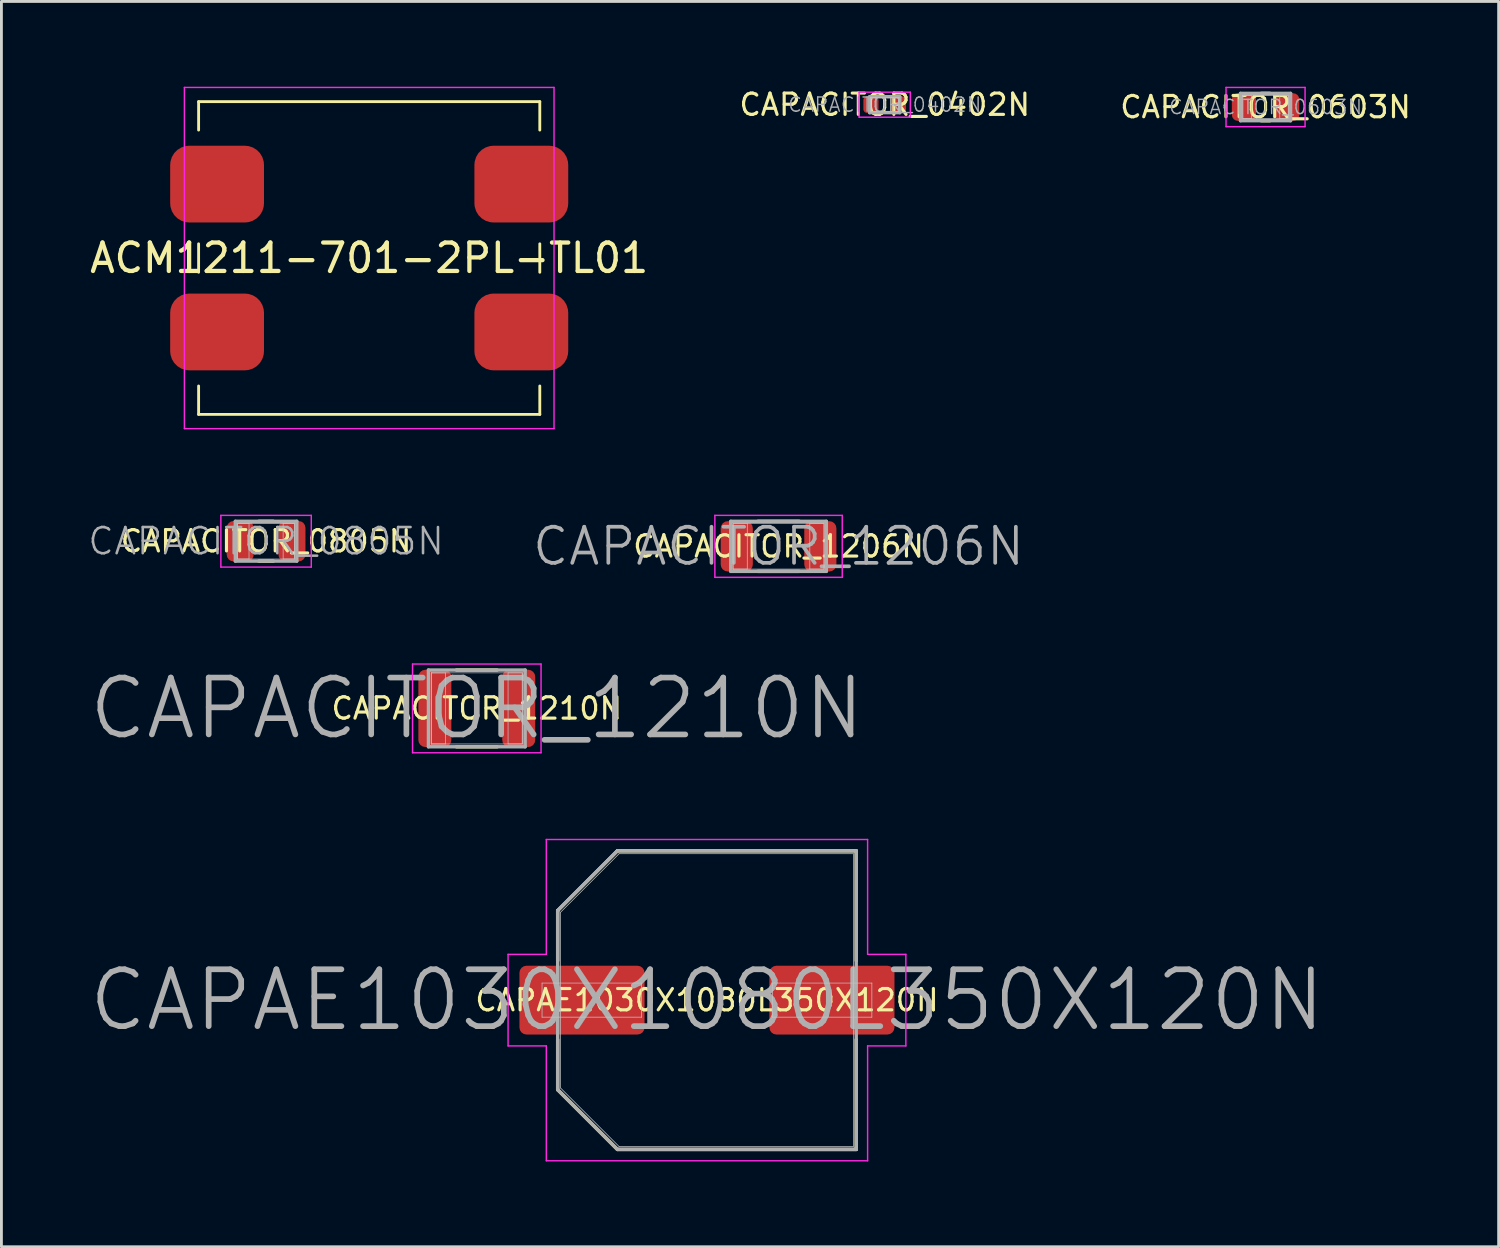
<source format=kicad_pcb>
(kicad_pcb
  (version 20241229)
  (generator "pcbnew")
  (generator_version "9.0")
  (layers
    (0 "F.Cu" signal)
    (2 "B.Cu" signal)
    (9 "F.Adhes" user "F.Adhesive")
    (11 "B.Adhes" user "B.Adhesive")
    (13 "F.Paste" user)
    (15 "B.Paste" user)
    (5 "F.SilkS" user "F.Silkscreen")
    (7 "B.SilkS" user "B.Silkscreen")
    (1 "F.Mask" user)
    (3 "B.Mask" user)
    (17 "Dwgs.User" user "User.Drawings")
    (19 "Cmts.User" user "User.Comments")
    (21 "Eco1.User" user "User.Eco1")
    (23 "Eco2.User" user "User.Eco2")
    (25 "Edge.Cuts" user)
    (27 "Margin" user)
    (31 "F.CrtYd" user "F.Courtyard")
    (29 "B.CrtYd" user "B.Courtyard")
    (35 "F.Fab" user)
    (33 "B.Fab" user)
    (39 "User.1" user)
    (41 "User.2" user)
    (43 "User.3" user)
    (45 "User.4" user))
  (footprint "CAPACITOR_1206N"
    (layer "F.Cu")
    (at 24.332 16.165)
    (property "Reference" "CAPACITOR_1206N" (at 0 0 0) (layer "F.SilkS") (effects (font (size 0.75 0.75) (thickness 0.11))))
    (attr smd)
    (fp_line (start -0.725 -0.88) (end 0.725 -0.88) (stroke (width 0.12) (type solid)) (layer "F.SilkS"))
    (fp_line (start -0.725 0.88) (end 0.725 0.88) (stroke (width 0.12) (type solid)) (layer "F.SilkS"))
    (fp_line (start -1.6 -0.8) (end -1.1 -0.8) (stroke (width 0.025) (type solid)) (layer "Dwgs.User"))
    (fp_line (start -1.6 -0.8) (end 1.6 -0.8) (stroke (width 0.025) (type solid)) (layer "Dwgs.User"))
    (fp_line (start -1.6 0.8) (end -1.6 -0.8) (stroke (width 0.025) (type solid)) (layer "Dwgs.User"))
    (fp_line (start -1.6 0.8) (end -1.6 -0.8) (stroke (width 0.025) (type solid)) (layer "Dwgs.User"))
    (fp_line (start -1.1 -0.8) (end -1.1 0.8) (stroke (width 0.025) (type solid)) (layer "Dwgs.User"))
    (fp_line (start -1.1 0.8) (end -1.6 0.8) (stroke (width 0.025) (type solid)) (layer "Dwgs.User"))
    (fp_line (start 1.1 -0.8) (end 1.6 -0.8) (stroke (width 0.025) (type solid)) (layer "Dwgs.User"))
    (fp_line (start 1.1 0.8) (end 1.1 -0.8) (stroke (width 0.025) (type solid)) (layer "Dwgs.User"))
    (fp_line (start 1.6 -0.8) (end 1.6 0.8) (stroke (width 0.025) (type solid)) (layer "Dwgs.User"))
    (fp_line (start 1.6 -0.8) (end 1.6 0.8) (stroke (width 0.025) (type solid)) (layer "Dwgs.User"))
    (fp_line (start 1.6 0.8) (end -1.6 0.8) (stroke (width 0.025) (type solid)) (layer "Dwgs.User"))
    (fp_line (start 1.6 0.8) (end 1.1 0.8) (stroke (width 0.025) (type solid)) (layer "Dwgs.User"))
    (fp_line (start -2.24 -1.09) (end 2.24 -1.09) (stroke (width 0.05) (type solid)) (layer "F.CrtYd"))
    (fp_line (start -2.24 1.09) (end -2.24 -1.09) (stroke (width 0.05) (type solid)) (layer "F.CrtYd"))
    (fp_line (start 2.24 -1.09) (end 2.24 1.09) (stroke (width 0.05) (type solid)) (layer "F.CrtYd"))
    (fp_line (start 2.24 1.09) (end -2.24 1.09) (stroke (width 0.05) (type solid)) (layer "F.CrtYd"))
    (fp_line (start -1.68 -0.88) (end 1.68 -0.88) (stroke (width 0.12) (type solid)) (layer "F.Fab"))
    (fp_line (start -1.68 0.88) (end -1.68 -0.88) (stroke (width 0.12) (type solid)) (layer "F.Fab"))
    (fp_line (start 1.68 -0.88) (end 1.68 0.88) (stroke (width 0.12) (type solid)) (layer "F.Fab"))
    (fp_line (start 1.68 0.88) (end -1.68 0.88) (stroke (width 0.12) (type solid)) (layer "F.Fab"))
    (fp_text user "${REFERENCE}" (at 0 0 0) (layer "F.Fab") (effects (font (size 1.27 1.27) (thickness 0.13))))
    (pad "1" smd roundrect (at -1.47 0) (size 1.13 1.77) (layers "F.Cu" "F.Mask" "F.Paste") (roundrect_rratio 0.221))
    (pad "2" smd roundrect (at 1.47 0) (size 1.13 1.77) (layers "F.Cu" "F.Mask" "F.Paste") (roundrect_rratio 0.221)))
  (footprint "ACM1211-701-2PL-TL01"
    (layer "F.Cu")
    (at 9.935 6.025)
    (property "Reference" "ACM1211-701-2PL-TL01" (at 0 0 0) (layer "F.SilkS") (effects (font (size 1 1) (thickness 0.15))))
    (attr through_hole)
    (fp_line (start -6 -5.5) (end -6 -4.5) (stroke (width 0.1) (type solid)) (layer "F.SilkS"))
    (fp_line (start -6 -5.5) (end 6 -5.5) (stroke (width 0.1) (type solid)) (layer "F.SilkS"))
    (fp_line (start -6 0.5) (end -6 -0.5) (stroke (width 0.1) (type solid)) (layer "F.SilkS"))
    (fp_line (start -6 4.5) (end -6 5.5) (stroke (width 0.1) (type solid)) (layer "F.SilkS"))
    (fp_line (start -6 5.5) (end 6 5.5) (stroke (width 0.1) (type solid)) (layer "F.SilkS"))
    (fp_line (start 6 -4.5) (end 6 -5.5) (stroke (width 0.1) (type solid)) (layer "F.SilkS"))
    (fp_line (start 6 0.5) (end 6 -0.5) (stroke (width 0.1) (type solid)) (layer "F.SilkS"))
    (fp_line (start 6 4.5) (end 6 5.5) (stroke (width 0.1) (type solid)) (layer "F.SilkS"))
    (fp_line (start -6.5 -6) (end -6.5 6) (stroke (width 0.05) (type solid)) (layer "F.CrtYd"))
    (fp_line (start -6.5 6) (end 6.5 6) (stroke (width 0.05) (type solid)) (layer "F.CrtYd"))
    (fp_line (start 6.5 -6) (end -6.5 -6) (stroke (width 0.05) (type solid)) (layer "F.CrtYd"))
    (fp_line (start 6.5 6) (end 6.5 -6) (stroke (width 0.05) (type solid)) (layer "F.CrtYd"))
    (pad "1" smd roundrect (at -5.35 -2.6) (size 3.3 2.7) (layers "F.Cu" "F.Mask" "F.Paste") (roundrect_rratio 0.25))
    (pad "2" smd roundrect (at -5.35 2.6) (size 3.3 2.7) (layers "F.Cu" "F.Mask" "F.Paste") (roundrect_rratio 0.25))
    (pad "3" smd roundrect (at 5.35 2.6) (size 3.3 2.7) (layers "F.Cu" "F.Mask" "F.Paste") (roundrect_rratio 0.25))
    (pad "4" smd roundrect (at 5.35 -2.6) (size 3.3 2.7) (layers "F.Cu" "F.Mask" "F.Paste") (roundrect_rratio 0.25)))
  (footprint "CAPACITOR_0805N"
    (layer "F.Cu")
    (at 6.308 15.985)
    (property "Reference" "CAPACITOR_0805N" (at 0 0 0) (layer "F.SilkS") (effects (font (size 0.75 0.75) (thickness 0.11))))
    (attr smd)
    (fp_line (start -0.255 -0.7) (end 0.255 -0.7) (stroke (width 0.12) (type solid)) (layer "F.SilkS"))
    (fp_line (start -0.255 0.7) (end 0.255 0.7) (stroke (width 0.12) (type solid)) (layer "F.SilkS"))
    (fp_line (start -1 -0.625) (end -0.6 -0.625) (stroke (width 0.025) (type solid)) (layer "Dwgs.User"))
    (fp_line (start -1 -0.625) (end 1 -0.625) (stroke (width 0.025) (type solid)) (layer "Dwgs.User"))
    (fp_line (start -1 0.625) (end -1 -0.625) (stroke (width 0.025) (type solid)) (layer "Dwgs.User"))
    (fp_line (start -1 0.625) (end -1 -0.625) (stroke (width 0.025) (type solid)) (layer "Dwgs.User"))
    (fp_line (start -0.6 -0.625) (end -0.6 0.625) (stroke (width 0.025) (type solid)) (layer "Dwgs.User"))
    (fp_line (start -0.6 0.625) (end -1 0.625) (stroke (width 0.025) (type solid)) (layer "Dwgs.User"))
    (fp_line (start 0.6 -0.625) (end 1 -0.625) (stroke (width 0.025) (type solid)) (layer "Dwgs.User"))
    (fp_line (start 0.6 0.625) (end 0.6 -0.625) (stroke (width 0.025) (type solid)) (layer "Dwgs.User"))
    (fp_line (start 1 -0.625) (end 1 0.625) (stroke (width 0.025) (type solid)) (layer "Dwgs.User"))
    (fp_line (start 1 -0.625) (end 1 0.625) (stroke (width 0.025) (type solid)) (layer "Dwgs.User"))
    (fp_line (start 1 0.625) (end -1 0.625) (stroke (width 0.025) (type solid)) (layer "Dwgs.User"))
    (fp_line (start 1 0.625) (end 0.6 0.625) (stroke (width 0.025) (type solid)) (layer "Dwgs.User"))
    (fp_line (start -1.59 -0.91) (end 1.59 -0.91) (stroke (width 0.05) (type solid)) (layer "F.CrtYd"))
    (fp_line (start -1.59 0.91) (end -1.59 -0.91) (stroke (width 0.05) (type solid)) (layer "F.CrtYd"))
    (fp_line (start 1.59 -0.91) (end 1.59 0.91) (stroke (width 0.05) (type solid)) (layer "F.CrtYd"))
    (fp_line (start 1.59 0.91) (end -1.59 0.91) (stroke (width 0.05) (type solid)) (layer "F.CrtYd"))
    (fp_line (start -1.08 -0.7) (end 1.08 -0.7) (stroke (width 0.12) (type solid)) (layer "F.Fab"))
    (fp_line (start -1.08 0.7) (end -1.08 -0.7) (stroke (width 0.12) (type solid)) (layer "F.Fab"))
    (fp_line (start 1.08 -0.7) (end 1.08 0.7) (stroke (width 0.12) (type solid)) (layer "F.Fab"))
    (fp_line (start 1.08 0.7) (end -1.08 0.7) (stroke (width 0.12) (type solid)) (layer "F.Fab"))
    (fp_text user "${REFERENCE}" (at 0 0 0) (layer "F.Fab") (effects (font (size 0.92 0.92) (thickness 0.09))))
    (pad "1" smd roundrect (at -0.91 0) (size 0.95 1.42) (layers "F.Cu" "F.Mask" "F.Paste") (roundrect_rratio 0.253))
    (pad "2" smd roundrect (at 0.91 0) (size 0.95 1.42) (layers "F.Cu" "F.Mask" "F.Paste") (roundrect_rratio 0.253)))
  (footprint "CAPACITOR_0402N"
    (layer "F.Cu")
    (at 28.066 0.632)
    (property "Reference" "CAPACITOR_0402N" (at 0 0 0) (layer "F.SilkS") (effects (font (size 0.75 0.75) (thickness 0.11))))
    (attr smd)
    (fp_line (start -0.5 -0.25) (end -0.3 -0.25) (stroke (width 0.025) (type solid)) (layer "Dwgs.User"))
    (fp_line (start -0.5 -0.25) (end 0.5 -0.25) (stroke (width 0.025) (type solid)) (layer "Dwgs.User"))
    (fp_line (start -0.5 0.25) (end -0.5 -0.25) (stroke (width 0.025) (type solid)) (layer "Dwgs.User"))
    (fp_line (start -0.5 0.25) (end -0.5 -0.25) (stroke (width 0.025) (type solid)) (layer "Dwgs.User"))
    (fp_line (start -0.3 -0.25) (end -0.3 0.25) (stroke (width 0.025) (type solid)) (layer "Dwgs.User"))
    (fp_line (start -0.3 0.25) (end -0.5 0.25) (stroke (width 0.025) (type solid)) (layer "Dwgs.User"))
    (fp_line (start 0.3 -0.25) (end 0.5 -0.25) (stroke (width 0.025) (type solid)) (layer "Dwgs.User"))
    (fp_line (start 0.3 0.25) (end 0.3 -0.25) (stroke (width 0.025) (type solid)) (layer "Dwgs.User"))
    (fp_line (start 0.5 -0.25) (end 0.5 0.25) (stroke (width 0.025) (type solid)) (layer "Dwgs.User"))
    (fp_line (start 0.5 -0.25) (end 0.5 0.25) (stroke (width 0.025) (type solid)) (layer "Dwgs.User"))
    (fp_line (start 0.5 0.25) (end -0.5 0.25) (stroke (width 0.025) (type solid)) (layer "Dwgs.User"))
    (fp_line (start 0.5 0.25) (end 0.3 0.25) (stroke (width 0.025) (type solid)) (layer "Dwgs.User"))
    (fp_line (start -0.9 -0.44) (end 0.9 -0.44) (stroke (width 0.05) (type solid)) (layer "F.CrtYd"))
    (fp_line (start -0.9 0.44) (end -0.9 -0.44) (stroke (width 0.05) (type solid)) (layer "F.CrtYd"))
    (fp_line (start 0.9 -0.44) (end 0.9 0.44) (stroke (width 0.05) (type solid)) (layer "F.CrtYd"))
    (fp_line (start 0.9 0.44) (end -0.9 0.44) (stroke (width 0.05) (type solid)) (layer "F.CrtYd"))
    (fp_line (start -0.53 -0.28) (end 0.53 -0.28) (stroke (width 0.12) (type solid)) (layer "F.Fab"))
    (fp_line (start -0.53 0.28) (end -0.53 -0.28) (stroke (width 0.12) (type solid)) (layer "F.Fab"))
    (fp_line (start 0.53 -0.28) (end 0.53 0.28) (stroke (width 0.12) (type solid)) (layer "F.Fab"))
    (fp_line (start 0.53 0.28) (end -0.53 0.28) (stroke (width 0.12) (type solid)) (layer "F.Fab"))
    (fp_text user "${REFERENCE}" (at 0 0 0) (layer "F.Fab") (effects (font (size 0.5 0.5) (thickness 0.05))))
    (pad "1" smd roundrect (at -0.485 0) (size 0.53 0.58) (layers "F.Cu" "F.Mask" "F.Paste") (roundrect_rratio 0.245))
    (pad "2" smd roundrect (at 0.485 0) (size 0.53 0.58) (layers "F.Cu" "F.Mask" "F.Paste") (roundrect_rratio 0.245)))
  (footprint "CAPACITOR_1210N"
    (layer "F.Cu")
    (at 13.719 21.865)
    (property "Reference" "CAPACITOR_1210N" (at 0 0 0) (layer "F.SilkS") (effects (font (size 0.75 0.75) (thickness 0.11))))
    (attr smd)
    (fp_line (start -0.715 -1.35) (end 0.715 -1.35) (stroke (width 0.12) (type solid)) (layer "F.SilkS"))
    (fp_line (start -0.715 1.35) (end 0.715 1.35) (stroke (width 0.12) (type solid)) (layer "F.SilkS"))
    (fp_line (start -1.6 -1.25) (end -1.1 -1.25) (stroke (width 0.025) (type solid)) (layer "Dwgs.User"))
    (fp_line (start -1.6 -1.25) (end 1.6 -1.25) (stroke (width 0.025) (type solid)) (layer "Dwgs.User"))
    (fp_line (start -1.6 1.25) (end -1.6 -1.25) (stroke (width 0.025) (type solid)) (layer "Dwgs.User"))
    (fp_line (start -1.6 1.25) (end -1.6 -1.25) (stroke (width 0.025) (type solid)) (layer "Dwgs.User"))
    (fp_line (start -1.1 -1.25) (end -1.1 1.25) (stroke (width 0.025) (type solid)) (layer "Dwgs.User"))
    (fp_line (start -1.1 1.25) (end -1.6 1.25) (stroke (width 0.025) (type solid)) (layer "Dwgs.User"))
    (fp_line (start 1.1 -1.25) (end 1.6 -1.25) (stroke (width 0.025) (type solid)) (layer "Dwgs.User"))
    (fp_line (start 1.1 1.25) (end 1.1 -1.25) (stroke (width 0.025) (type solid)) (layer "Dwgs.User"))
    (fp_line (start 1.6 -1.25) (end 1.6 1.25) (stroke (width 0.025) (type solid)) (layer "Dwgs.User"))
    (fp_line (start 1.6 -1.25) (end 1.6 1.25) (stroke (width 0.025) (type solid)) (layer "Dwgs.User"))
    (fp_line (start 1.6 1.25) (end -1.6 1.25) (stroke (width 0.025) (type solid)) (layer "Dwgs.User"))
    (fp_line (start 1.6 1.25) (end 1.1 1.25) (stroke (width 0.025) (type solid)) (layer "Dwgs.User"))
    (fp_line (start -2.26 -1.56) (end 2.26 -1.56) (stroke (width 0.05) (type solid)) (layer "F.CrtYd"))
    (fp_line (start -2.26 1.56) (end -2.26 -1.56) (stroke (width 0.05) (type solid)) (layer "F.CrtYd"))
    (fp_line (start 2.26 -1.56) (end 2.26 1.56) (stroke (width 0.05) (type solid)) (layer "F.CrtYd"))
    (fp_line (start 2.26 1.56) (end -2.26 1.56) (stroke (width 0.05) (type solid)) (layer "F.CrtYd"))
    (fp_line (start -1.7 -1.35) (end 1.7 -1.35) (stroke (width 0.12) (type solid)) (layer "F.Fab"))
    (fp_line (start -1.7 1.35) (end -1.7 -1.35) (stroke (width 0.12) (type solid)) (layer "F.Fab"))
    (fp_line (start 1.7 -1.35) (end 1.7 1.35) (stroke (width 0.12) (type solid)) (layer "F.Fab"))
    (fp_line (start 1.7 1.35) (end -1.7 1.35) (stroke (width 0.12) (type solid)) (layer "F.Fab"))
    (fp_text user "${REFERENCE}" (at 0 0 0) (layer "F.Fab") (effects (font (size 2 2) (thickness 0.2))))
    (pad "1" smd roundrect (at -1.475 0) (size 1.16 2.72) (layers "F.Cu" "F.Mask" "F.Paste") (roundrect_rratio 0.215))
    (pad "2" smd roundrect (at 1.475 0) (size 1.16 2.72) (layers "F.Cu" "F.Mask" "F.Paste") (roundrect_rratio 0.215)))
  (footprint "CAPACITOR_0603N"
    (layer "F.Cu")
    (at 41.46 0.715)
    (property "Reference" "CAPACITOR_0603N" (at 0 0 0) (layer "F.SilkS") (effects (font (size 0.75 0.75) (thickness 0.11))))
    (attr smd)
    (fp_line (start -0.155 -0.48) (end 0.155 -0.48) (stroke (width 0.12) (type solid)) (layer "F.SilkS"))
    (fp_line (start -0.155 0.48) (end 0.155 0.48) (stroke (width 0.12) (type solid)) (layer "F.SilkS"))
    (fp_line (start -0.8 -0.4) (end -0.5 -0.4) (stroke (width 0.025) (type solid)) (layer "Dwgs.User"))
    (fp_line (start -0.8 -0.4) (end 0.8 -0.4) (stroke (width 0.025) (type solid)) (layer "Dwgs.User"))
    (fp_line (start -0.8 0.4) (end -0.8 -0.4) (stroke (width 0.025) (type solid)) (layer "Dwgs.User"))
    (fp_line (start -0.8 0.4) (end -0.8 -0.4) (stroke (width 0.025) (type solid)) (layer "Dwgs.User"))
    (fp_line (start -0.5 -0.4) (end -0.5 0.4) (stroke (width 0.025) (type solid)) (layer "Dwgs.User"))
    (fp_line (start -0.5 0.4) (end -0.8 0.4) (stroke (width 0.025) (type solid)) (layer "Dwgs.User"))
    (fp_line (start 0.5 -0.4) (end 0.8 -0.4) (stroke (width 0.025) (type solid)) (layer "Dwgs.User"))
    (fp_line (start 0.5 0.4) (end 0.5 -0.4) (stroke (width 0.025) (type solid)) (layer "Dwgs.User"))
    (fp_line (start 0.8 -0.4) (end 0.8 0.4) (stroke (width 0.025) (type solid)) (layer "Dwgs.User"))
    (fp_line (start 0.8 -0.4) (end 0.8 0.4) (stroke (width 0.025) (type solid)) (layer "Dwgs.User"))
    (fp_line (start 0.8 0.4) (end -0.8 0.4) (stroke (width 0.025) (type solid)) (layer "Dwgs.User"))
    (fp_line (start 0.8 0.4) (end 0.5 0.4) (stroke (width 0.025) (type solid)) (layer "Dwgs.User"))
    (fp_line (start -1.39 -0.69) (end 1.39 -0.69) (stroke (width 0.05) (type solid)) (layer "F.CrtYd"))
    (fp_line (start -1.39 0.69) (end -1.39 -0.69) (stroke (width 0.05) (type solid)) (layer "F.CrtYd"))
    (fp_line (start 1.39 -0.69) (end 1.39 0.69) (stroke (width 0.05) (type solid)) (layer "F.CrtYd"))
    (fp_line (start 1.39 0.69) (end -1.39 0.69) (stroke (width 0.05) (type solid)) (layer "F.CrtYd"))
    (fp_line (start -0.88 -0.48) (end 0.88 -0.48) (stroke (width 0.12) (type solid)) (layer "F.Fab"))
    (fp_line (start -0.88 0.48) (end -0.88 -0.48) (stroke (width 0.12) (type solid)) (layer "F.Fab"))
    (fp_line (start 0.88 -0.48) (end 0.88 0.48) (stroke (width 0.12) (type solid)) (layer "F.Fab"))
    (fp_line (start 0.88 0.48) (end -0.88 0.48) (stroke (width 0.12) (type solid)) (layer "F.Fab"))
    (fp_text user "${REFERENCE}" (at 0 0 0) (layer "F.Fab") (effects (font (size 0.5 0.5) (thickness 0.05))))
    (pad "1" smd roundrect (at -0.76 0) (size 0.85 0.97) (layers "F.Cu" "F.Mask" "F.Paste") (roundrect_rratio 0.247))
    (pad "2" smd roundrect (at 0.76 0) (size 0.85 0.97) (layers "F.Cu" "F.Mask" "F.Paste") (roundrect_rratio 0.247)))
  (footprint "CAPAE1030X1080L350X120N"
    (layer "F.Cu")
    (at 21.814 32.125)
    (property "Reference" "CAPAE1030X1080L350X120N" (at 0 0 0) (layer "F.SilkS") (effects (font (size 0.75 0.75) (thickness 0.11))))
    (attr smd)
    (fp_line (start -5.25 -3.15) (end -5.25 -1.39) (stroke (width 0.12) (type solid)) (layer "F.SilkS"))
    (fp_line (start -5.25 3.15) (end -5.25 1.39) (stroke (width 0.12) (type solid)) (layer "F.SilkS"))
    (fp_line (start -3.15 -5.25) (end -5.25 -3.15) (stroke (width 0.12) (type solid)) (layer "F.SilkS"))
    (fp_line (start -3.15 5.25) (end -5.25 3.15) (stroke (width 0.12) (type solid)) (layer "F.SilkS"))
    (fp_line (start 5.25 -5.25) (end -3.15 -5.25) (stroke (width 0.12) (type solid)) (layer "F.SilkS"))
    (fp_line (start 5.25 -1.39) (end 5.25 -5.25) (stroke (width 0.12) (type solid)) (layer "F.SilkS"))
    (fp_line (start 5.25 1.39) (end 5.25 5.25) (stroke (width 0.12) (type solid)) (layer "F.SilkS"))
    (fp_line (start 5.25 5.25) (end -3.15 5.25) (stroke (width 0.12) (type solid)) (layer "F.SilkS"))
    (fp_line (start -5.8 -0.6) (end -2.3 -0.6) (stroke (width 0.025) (type solid)) (layer "Dwgs.User"))
    (fp_line (start -5.8 0.6) (end -5.8 -0.6) (stroke (width 0.025) (type solid)) (layer "Dwgs.User"))
    (fp_line (start -5.15 -3.09) (end -3.09 -5.15) (stroke (width 0.025) (type solid)) (layer "Dwgs.User"))
    (fp_line (start -5.15 3.09) (end -5.15 -3.09) (stroke (width 0.025) (type solid)) (layer "Dwgs.User"))
    (fp_line (start -3.09 -5.15) (end 5.15 -5.15) (stroke (width 0.025) (type solid)) (layer "Dwgs.User"))
    (fp_line (start -3.09 5.15) (end -5.15 3.09) (stroke (width 0.025) (type solid)) (layer "Dwgs.User"))
    (fp_line (start -2.3 -0.6) (end -2.3 0.6) (stroke (width 0.025) (type solid)) (layer "Dwgs.User"))
    (fp_line (start -2.3 0.6) (end -5.8 0.6) (stroke (width 0.025) (type solid)) (layer "Dwgs.User"))
    (fp_line (start 2.3 -0.6) (end 5.8 -0.6) (stroke (width 0.025) (type solid)) (layer "Dwgs.User"))
    (fp_line (start 2.3 0.6) (end 2.3 -0.6) (stroke (width 0.025) (type solid)) (layer "Dwgs.User"))
    (fp_line (start 5.15 -5.15) (end 5.15 5.15) (stroke (width 0.025) (type solid)) (layer "Dwgs.User"))
    (fp_line (start 5.15 5.15) (end -3.09 5.15) (stroke (width 0.025) (type solid)) (layer "Dwgs.User"))
    (fp_line (start 5.8 -0.6) (end 5.8 0.6) (stroke (width 0.025) (type solid)) (layer "Dwgs.User"))
    (fp_line (start 5.8 0.6) (end 2.3 0.6) (stroke (width 0.025) (type solid)) (layer "Dwgs.User"))
    (fp_line (start -6.995 -1.61) (end -6.995 1.61) (stroke (width 0.05) (type solid)) (layer "F.CrtYd"))
    (fp_line (start -6.995 1.61) (end -5.65 1.61) (stroke (width 0.05) (type solid)) (layer "F.CrtYd"))
    (fp_line (start -5.65 -5.65) (end -5.65 -1.61) (stroke (width 0.05) (type solid)) (layer "F.CrtYd"))
    (fp_line (start -5.65 -1.61) (end -6.995 -1.61) (stroke (width 0.05) (type solid)) (layer "F.CrtYd"))
    (fp_line (start -5.65 1.61) (end -5.65 5.65) (stroke (width 0.05) (type solid)) (layer "F.CrtYd"))
    (fp_line (start -5.65 5.65) (end 5.65 5.65) (stroke (width 0.05) (type solid)) (layer "F.CrtYd"))
    (fp_line (start 5.65 -5.65) (end -5.65 -5.65) (stroke (width 0.05) (type solid)) (layer "F.CrtYd"))
    (fp_line (start 5.65 -1.61) (end 5.65 -5.65) (stroke (width 0.05) (type solid)) (layer "F.CrtYd"))
    (fp_line (start 5.65 1.61) (end 6.995 1.61) (stroke (width 0.05) (type solid)) (layer "F.CrtYd"))
    (fp_line (start 5.65 5.65) (end 5.65 1.61) (stroke (width 0.05) (type solid)) (layer "F.CrtYd"))
    (fp_line (start 6.995 -1.61) (end 5.65 -1.61) (stroke (width 0.05) (type solid)) (layer "F.CrtYd"))
    (fp_line (start 6.995 1.61) (end 6.995 -1.61) (stroke (width 0.05) (type solid)) (layer "F.CrtYd"))
    (fp_line (start -5.25 -3.15) (end -3.15 -5.25) (stroke (width 0.12) (type solid)) (layer "F.Fab"))
    (fp_line (start -5.25 3.15) (end -5.25 -3.15) (stroke (width 0.12) (type solid)) (layer "F.Fab"))
    (fp_line (start -3.15 -5.25) (end 5.25 -5.25) (stroke (width 0.12) (type solid)) (layer "F.Fab"))
    (fp_line (start -3.15 5.25) (end -5.25 3.15) (stroke (width 0.12) (type solid)) (layer "F.Fab"))
    (fp_line (start 5.25 -5.25) (end 5.25 5.25) (stroke (width 0.12) (type solid)) (layer "F.Fab"))
    (fp_line (start 5.25 5.25) (end -3.15 5.25) (stroke (width 0.12) (type solid)) (layer "F.Fab"))
    (fp_text user "${REFERENCE}" (at 0 0 0) (layer "F.Fab") (effects (font (size 2 2) (thickness 0.2))))
    (pad "1" smd roundrect (at -4.395 0) (size 4.4 2.42) (layers "F.Cu" "F.Mask" "F.Paste") (roundrect_rratio 0.103))
    (pad "2" smd roundrect (at 4.395 0) (size 4.4 2.42) (layers "F.Cu" "F.Mask" "F.Paste") (roundrect_rratio 0.103)))
  (gr_rect
    (start -3 -3)
    (end 49.658 40.8)
    (stroke (width 0.1) (type default))
    (fill no)
    (layer "Edge.Cuts")))
</source>
